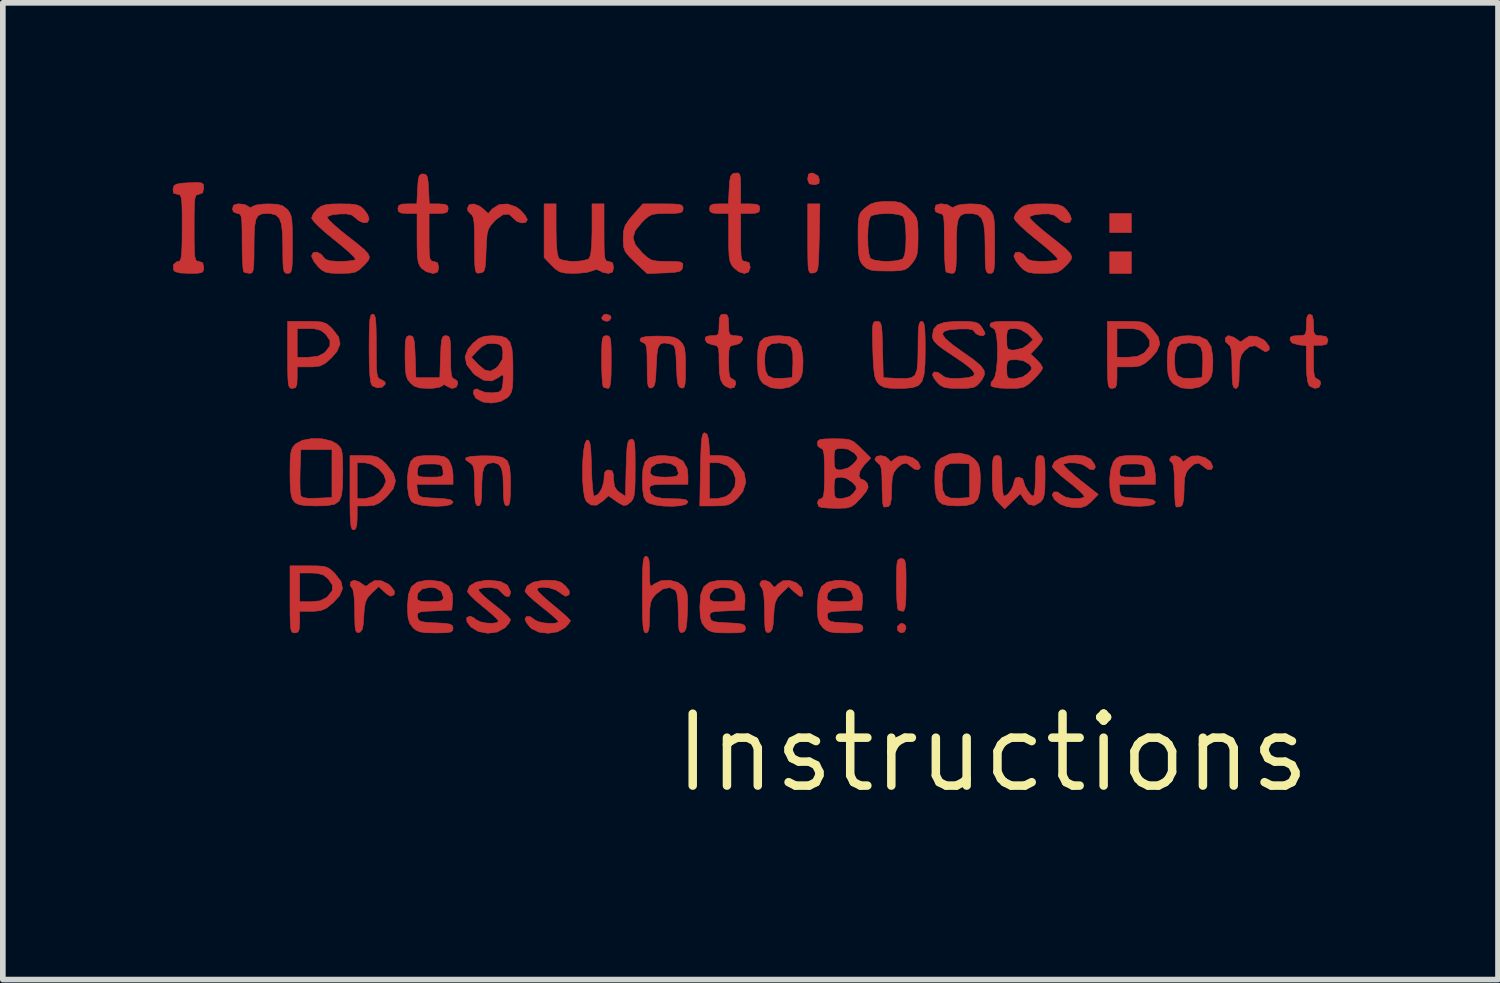
<source format=kicad_pcb>
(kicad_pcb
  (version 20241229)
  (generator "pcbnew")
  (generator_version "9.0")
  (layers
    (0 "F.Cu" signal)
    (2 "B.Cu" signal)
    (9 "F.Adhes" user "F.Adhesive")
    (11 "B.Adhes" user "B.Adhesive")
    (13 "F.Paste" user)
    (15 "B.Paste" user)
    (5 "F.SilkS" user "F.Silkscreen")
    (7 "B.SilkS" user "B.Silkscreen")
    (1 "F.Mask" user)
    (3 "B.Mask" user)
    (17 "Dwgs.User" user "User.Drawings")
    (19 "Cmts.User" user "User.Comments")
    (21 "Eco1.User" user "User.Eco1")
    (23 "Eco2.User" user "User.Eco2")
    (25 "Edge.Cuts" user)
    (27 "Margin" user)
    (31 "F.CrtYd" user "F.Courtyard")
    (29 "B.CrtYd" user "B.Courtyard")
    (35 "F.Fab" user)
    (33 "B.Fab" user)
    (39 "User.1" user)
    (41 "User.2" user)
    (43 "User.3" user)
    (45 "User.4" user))
  (footprint "Instructions"
    (layer "F.Cu")
    (at 14.476 10.245)
    (property "Reference" "Instructions" (at 0 0 0) (layer "F.SilkS") (effects (font (size 1.27 1.27) (thickness 0.15))))
    (attr through_hole)
    (fp_poly (pts (xy 2.455 -9.186) (xy 2.074 -9.186) (xy 2.074 -9.525) (xy 2.455 -9.525) (xy 2.455 -9.186)) (stroke (width 0.01) (type solid)) (fill yes) (layer "F.Cu"))
    (fp_poly (pts (xy 2.455 -8.467) (xy 2.074 -8.467) (xy 2.074 -8.848) (xy 2.455 -8.848) (xy 2.455 -8.467)) (stroke (width 0.01) (type solid)) (fill yes) (layer "F.Cu"))
    (fp_poly (pts (xy -6.747 -7.721) (xy -6.731 -7.684) (xy -6.766 -7.632) (xy -6.816 -7.62) (xy -6.885 -7.646) (xy -6.9 -7.684) (xy -6.865 -7.735) (xy -6.816 -7.747) (xy -6.747 -7.721)) (stroke (width 0.01) (type solid)) (fill yes) (layer "F.Cu"))
    (fp_poly (pts (xy -1.536 -2.251) (xy -1.524 -2.201) (xy -1.554 -2.133) (xy -1.618 -2.118) (xy -1.672 -2.159) (xy -1.678 -2.23) (xy -1.623 -2.28) (xy -1.585 -2.286) (xy -1.536 -2.251)) (stroke (width 0.01) (type solid)) (fill yes) (layer "F.Cu"))
    (fp_poly (pts (xy -3.164 -10.237) (xy -3.079 -10.189) (xy -3.056 -10.128) (xy -3.061 -10.057) (xy -3.122 -10.034) (xy -3.151 -10.033) (xy -3.233 -10.049) (xy -3.259 -10.115) (xy -3.26 -10.142) (xy -3.246 -10.221) (xy -3.19 -10.24) (xy -3.164 -10.237)) (stroke (width 0.01) (type solid)) (fill yes) (layer "F.Cu"))
    (fp_poly (pts (xy -3.057 -9.091) (xy -3.063 -8.854) (xy -3.069 -8.689) (xy -3.078 -8.582) (xy -3.093 -8.519) (xy -3.116 -8.489) (xy -3.149 -8.477) (xy -3.164 -8.474) (xy -3.201 -8.471) (xy -3.227 -8.483) (xy -3.244 -8.521) (xy -3.254 -8.6) (xy -3.258 -8.73) (xy -3.26 -8.925) (xy -3.26 -9.078) (xy -3.26 -9.694) (xy -3.046 -9.694) (xy -3.057 -9.091)) (stroke (width 0.01) (type solid)) (fill yes) (layer "F.Cu"))
    (fp_poly (pts (xy -6.779 -7.361) (xy -6.754 -7.335) (xy -6.74 -7.274) (xy -6.733 -7.163) (xy -6.731 -6.988) (xy -6.731 -6.9) (xy -6.733 -6.686) (xy -6.741 -6.545) (xy -6.757 -6.466) (xy -6.78 -6.436) (xy -6.787 -6.435) (xy -6.859 -6.453) (xy -6.872 -6.463) (xy -6.884 -6.515) (xy -6.893 -6.632) (xy -6.899 -6.795) (xy -6.9 -6.929) (xy -6.899 -7.125) (xy -6.894 -7.252) (xy -6.882 -7.324) (xy -6.859 -7.357) (xy -6.824 -7.366) (xy -6.816 -7.366) (xy -6.779 -7.361)) (stroke (width 0.01) (type solid)) (fill yes) (layer "F.Cu"))
    (fp_poly (pts (xy -1.572 -3.424) (xy -1.547 -3.398) (xy -1.533 -3.337) (xy -1.526 -3.226) (xy -1.524 -3.051) (xy -1.524 -2.963) (xy -1.526 -2.749) (xy -1.534 -2.608) (xy -1.55 -2.529) (xy -1.573 -2.499) (xy -1.58 -2.498) (xy -1.652 -2.516) (xy -1.665 -2.526) (xy -1.677 -2.578) (xy -1.686 -2.695) (xy -1.692 -2.858) (xy -1.693 -2.992) (xy -1.692 -3.188) (xy -1.687 -3.315) (xy -1.675 -3.387) (xy -1.652 -3.42) (xy -1.617 -3.429) (xy -1.609 -3.429) (xy -1.572 -3.424)) (stroke (width 0.01) (type solid)) (fill yes) (layer "F.Cu"))
    (fp_poly (pts (xy -10.917 -7.735) (xy -10.899 -7.69) (xy -10.888 -7.601) (xy -10.882 -7.454) (xy -10.88 -7.238) (xy -10.88 -7.18) (xy -10.879 -6.952) (xy -10.876 -6.794) (xy -10.867 -6.692) (xy -10.852 -6.634) (xy -10.827 -6.605) (xy -10.792 -6.591) (xy -10.791 -6.591) (xy -10.728 -6.551) (xy -10.72 -6.512) (xy -10.775 -6.457) (xy -10.865 -6.445) (xy -10.949 -6.479) (xy -10.954 -6.484) (xy -10.978 -6.542) (xy -10.994 -6.665) (xy -11.004 -6.86) (xy -11.007 -7.132) (xy -11.007 -7.142) (xy -11.005 -7.384) (xy -11.001 -7.553) (xy -10.992 -7.662) (xy -10.977 -7.722) (xy -10.955 -7.745) (xy -10.943 -7.747) (xy -10.917 -7.735)) (stroke (width 0.01) (type solid)) (fill yes) (layer "F.Cu"))
    (fp_poly (pts (xy -11.187 -3.021) (xy -11.132 -2.983) (xy -11.072 -2.941) (xy -11.026 -2.962) (xy -11.008 -2.983) (xy -10.911 -3.041) (xy -10.787 -3.037) (xy -10.663 -2.977) (xy -10.625 -2.942) (xy -10.562 -2.859) (xy -10.561 -2.803) (xy -10.575 -2.786) (xy -10.626 -2.765) (xy -10.697 -2.805) (xy -10.731 -2.836) (xy -10.838 -2.936) (xy -10.963 -2.817) (xy -11.033 -2.74) (xy -11.072 -2.658) (xy -11.092 -2.543) (xy -11.1 -2.418) (xy -11.111 -2.262) (xy -11.131 -2.173) (xy -11.164 -2.132) (xy -11.187 -2.125) (xy -11.222 -2.126) (xy -11.244 -2.158) (xy -11.256 -2.234) (xy -11.26 -2.371) (xy -11.261 -2.492) (xy -11.265 -2.664) (xy -11.277 -2.802) (xy -11.294 -2.885) (xy -11.303 -2.9) (xy -11.344 -2.959) (xy -11.329 -3.022) (xy -11.275 -3.048) (xy -11.187 -3.021)) (stroke (width 0.01) (type solid)) (fill yes) (layer "F.Cu"))
    (fp_poly (pts (xy -3.931 -3.012) (xy -3.897 -2.974) (xy -3.858 -2.923) (xy -3.821 -2.941) (xy -3.795 -2.974) (xy -3.7 -3.037) (xy -3.58 -3.043) (xy -3.462 -3.002) (xy -3.375 -2.922) (xy -3.344 -2.822) (xy -3.358 -2.762) (xy -3.405 -2.767) (xy -3.494 -2.838) (xy -3.501 -2.844) (xy -3.599 -2.936) (xy -3.724 -2.817) (xy -3.794 -2.74) (xy -3.833 -2.658) (xy -3.853 -2.543) (xy -3.861 -2.418) (xy -3.872 -2.262) (xy -3.892 -2.173) (xy -3.925 -2.132) (xy -3.948 -2.125) (xy -3.983 -2.126) (xy -4.005 -2.158) (xy -4.017 -2.234) (xy -4.021 -2.371) (xy -4.022 -2.492) (xy -4.026 -2.664) (xy -4.038 -2.802) (xy -4.055 -2.885) (xy -4.064 -2.9) (xy -4.103 -2.961) (xy -4.106 -2.987) (xy -4.076 -3.037) (xy -4.006 -3.044) (xy -3.931 -3.012)) (stroke (width 0.01) (type solid)) (fill yes) (layer "F.Cu"))
    (fp_poly (pts (xy -5.036 -5.623) (xy -5.011 -5.529) (xy -5.004 -5.45) (xy -4.991 -5.249) (xy -4.811 -5.249) (xy -4.678 -5.236) (xy -4.576 -5.184) (xy -4.496 -5.11) (xy -4.383 -4.946) (xy -4.354 -4.777) (xy -4.407 -4.611) (xy -4.5 -4.496) (xy -4.587 -4.42) (xy -4.669 -4.379) (xy -4.778 -4.363) (xy -4.903 -4.36) (xy -5.167 -4.36) (xy -5.155 -5.006) (xy -5.153 -5.122) (xy -4.995 -5.122) (xy -4.995 -4.487) (xy -4.86 -4.487) (xy -4.713 -4.523) (xy -4.628 -4.579) (xy -4.547 -4.704) (xy -4.534 -4.842) (xy -4.581 -4.971) (xy -4.679 -5.071) (xy -4.819 -5.12) (xy -4.855 -5.122) (xy -4.995 -5.122) (xy -5.153 -5.122) (xy -5.149 -5.257) (xy -5.142 -5.436) (xy -5.131 -5.553) (xy -5.116 -5.62) (xy -5.095 -5.648) (xy -5.08 -5.652) (xy -5.036 -5.623)) (stroke (width 0.01) (type solid)) (fill yes) (layer "F.Cu"))
    (fp_poly (pts (xy -1.883 -5.228) (xy -1.83 -5.183) (xy -1.794 -5.139) (xy -1.754 -5.164) (xy -1.738 -5.183) (xy -1.646 -5.239) (xy -1.525 -5.245) (xy -1.404 -5.21) (xy -1.31 -5.142) (xy -1.27 -5.049) (xy -1.27 -5.045) (xy -1.299 -5.001) (xy -1.364 -5.005) (xy -1.435 -5.054) (xy -1.439 -5.059) (xy -1.517 -5.116) (xy -1.602 -5.097) (xy -1.686 -5.024) (xy -1.739 -4.952) (xy -1.767 -4.858) (xy -1.777 -4.717) (xy -1.778 -4.648) (xy -1.784 -4.479) (xy -1.806 -4.382) (xy -1.837 -4.347) (xy -1.905 -4.34) (xy -1.922 -4.349) (xy -1.934 -4.4) (xy -1.942 -4.515) (xy -1.947 -4.671) (xy -1.947 -4.729) (xy -1.951 -4.913) (xy -1.963 -5.028) (xy -1.987 -5.089) (xy -2.011 -5.107) (xy -2.067 -5.16) (xy -2.074 -5.19) (xy -2.041 -5.236) (xy -1.966 -5.248) (xy -1.883 -5.228)) (stroke (width 0.01) (type solid)) (fill yes) (layer "F.Cu"))
    (fp_poly (pts (xy -0.415 -5.255) (xy -0.316 -5.188) (xy -0.256 -5.115) (xy -0.225 -5.03) (xy -0.213 -4.904) (xy -0.212 -4.816) (xy -0.221 -4.613) (xy -0.259 -4.48) (xy -0.336 -4.402) (xy -0.464 -4.367) (xy -0.61 -4.36) (xy -0.776 -4.367) (xy -0.88 -4.391) (xy -0.946 -4.438) (xy -0.946 -4.438) (xy -0.988 -4.514) (xy -1.01 -4.64) (xy -1.016 -4.808) (xy -0.889 -4.808) (xy -0.877 -4.641) (xy -0.832 -4.543) (xy -0.741 -4.499) (xy -0.593 -4.496) (xy -0.402 -4.508) (xy -0.402 -5.101) (xy -0.585 -5.114) (xy -0.739 -5.111) (xy -0.832 -5.065) (xy -0.878 -4.963) (xy -0.889 -4.808) (xy -1.016 -4.808) (xy -1.016 -4.816) (xy -1.013 -4.977) (xy -1 -5.078) (xy -0.969 -5.143) (xy -0.914 -5.197) (xy -0.904 -5.204) (xy -0.753 -5.277) (xy -0.58 -5.294) (xy -0.415 -5.255)) (stroke (width 0.01) (type solid)) (fill yes) (layer "F.Cu"))
    (fp_poly (pts (xy 3.306 -5.216) (xy 3.335 -5.183) (xy 3.37 -5.139) (xy 3.411 -5.164) (xy 3.427 -5.183) (xy 3.519 -5.239) (xy 3.639 -5.245) (xy 3.76 -5.21) (xy 3.855 -5.142) (xy 3.895 -5.049) (xy 3.895 -5.045) (xy 3.866 -5.001) (xy 3.8 -5.005) (xy 3.73 -5.054) (xy 3.725 -5.059) (xy 3.648 -5.116) (xy 3.563 -5.097) (xy 3.479 -5.024) (xy 3.426 -4.952) (xy 3.398 -4.858) (xy 3.387 -4.717) (xy 3.387 -4.648) (xy 3.38 -4.479) (xy 3.359 -4.382) (xy 3.327 -4.347) (xy 3.259 -4.34) (xy 3.243 -4.349) (xy 3.231 -4.4) (xy 3.223 -4.515) (xy 3.218 -4.673) (xy 3.217 -4.748) (xy 3.213 -4.929) (xy 3.2 -5.057) (xy 3.182 -5.119) (xy 3.175 -5.122) (xy 3.137 -5.157) (xy 3.133 -5.186) (xy 3.164 -5.236) (xy 3.234 -5.246) (xy 3.306 -5.216)) (stroke (width 0.01) (type solid)) (fill yes) (layer "F.Cu"))
    (fp_poly (pts (xy 4.264 -7.339) (xy 4.319 -7.301) (xy 4.38 -7.259) (xy 4.425 -7.28) (xy 4.444 -7.301) (xy 4.541 -7.359) (xy 4.665 -7.355) (xy 4.788 -7.295) (xy 4.827 -7.26) (xy 4.89 -7.176) (xy 4.89 -7.12) (xy 4.877 -7.104) (xy 4.822 -7.081) (xy 4.75 -7.125) (xy 4.75 -7.126) (xy 4.643 -7.189) (xy 4.542 -7.173) (xy 4.452 -7.099) (xy 4.4 -7.027) (xy 4.372 -6.935) (xy 4.361 -6.796) (xy 4.36 -6.718) (xy 4.356 -6.561) (xy 4.342 -6.473) (xy 4.313 -6.437) (xy 4.297 -6.435) (xy 4.266 -6.45) (xy 4.246 -6.504) (xy 4.236 -6.613) (xy 4.233 -6.79) (xy 4.233 -6.811) (xy 4.23 -7.001) (xy 4.219 -7.122) (xy 4.198 -7.188) (xy 4.17 -7.212) (xy 4.116 -7.262) (xy 4.113 -7.325) (xy 4.16 -7.364) (xy 4.177 -7.366) (xy 4.264 -7.339)) (stroke (width 0.01) (type solid)) (fill yes) (layer "F.Cu"))
    (fp_poly (pts (xy -10.955 -5.245) (xy -10.858 -5.221) (xy -10.775 -5.164) (xy -10.698 -5.089) (xy -10.579 -4.937) (xy -10.54 -4.8) (xy -10.581 -4.663) (xy -10.702 -4.517) (xy -10.815 -4.419) (xy -10.914 -4.373) (xy -11.036 -4.36) (xy -11.04 -4.36) (xy -11.218 -4.36) (xy -11.218 -4.149) (xy -11.225 -4.016) (xy -11.249 -3.951) (xy -11.282 -3.937) (xy -11.306 -3.948) (xy -11.324 -3.99) (xy -11.335 -4.074) (xy -11.342 -4.212) (xy -11.345 -4.414) (xy -11.345 -4.593) (xy -11.345 -5.122) (xy -11.218 -5.122) (xy -11.218 -4.487) (xy -11.083 -4.487) (xy -10.926 -4.529) (xy -10.829 -4.601) (xy -10.751 -4.698) (xy -10.712 -4.791) (xy -10.71 -4.805) (xy -10.747 -4.914) (xy -10.841 -5.018) (xy -10.965 -5.095) (xy -11.083 -5.122) (xy -11.218 -5.122) (xy -11.345 -5.122) (xy -11.345 -5.249) (xy -11.1 -5.249) (xy -10.955 -5.245)) (stroke (width 0.01) (type solid)) (fill yes) (layer "F.Cu"))
    (fp_poly (pts (xy -3.574 -7.349) (xy -3.45 -7.29) (xy -3.377 -7.178) (xy -3.347 -7.002) (xy -3.344 -6.906) (xy -3.35 -6.749) (xy -3.371 -6.648) (xy -3.417 -6.572) (xy -3.448 -6.539) (xy -3.58 -6.459) (xy -3.743 -6.428) (xy -3.908 -6.447) (xy -4.041 -6.517) (xy -4.057 -6.533) (xy -4.107 -6.602) (xy -4.136 -6.689) (xy -4.147 -6.821) (xy -4.149 -6.921) (xy -4.022 -6.921) (xy -4.009 -6.756) (xy -3.964 -6.659) (xy -3.871 -6.616) (xy -3.726 -6.613) (xy -3.535 -6.625) (xy -3.522 -6.872) (xy -3.524 -7.052) (xy -3.557 -7.164) (xy -3.631 -7.222) (xy -3.755 -7.239) (xy -3.764 -7.239) (xy -3.898 -7.224) (xy -3.977 -7.168) (xy -4.014 -7.057) (xy -4.022 -6.921) (xy -4.149 -6.921) (xy -4.149 -6.928) (xy -4.139 -7.126) (xy -4.103 -7.255) (xy -4.026 -7.328) (xy -3.898 -7.36) (xy -3.761 -7.366) (xy -3.574 -7.349)) (stroke (width 0.01) (type solid)) (fill yes) (layer "F.Cu"))
    (fp_poly (pts (xy 3.665 -7.349) (xy 3.789 -7.29) (xy 3.862 -7.178) (xy 3.892 -7.002) (xy 3.895 -6.906) (xy 3.889 -6.749) (xy 3.868 -6.648) (xy 3.822 -6.572) (xy 3.791 -6.539) (xy 3.659 -6.459) (xy 3.496 -6.428) (xy 3.331 -6.447) (xy 3.198 -6.517) (xy 3.182 -6.533) (xy 3.132 -6.602) (xy 3.103 -6.689) (xy 3.092 -6.821) (xy 3.09 -6.921) (xy 3.217 -6.921) (xy 3.23 -6.756) (xy 3.275 -6.659) (xy 3.368 -6.616) (xy 3.513 -6.613) (xy 3.704 -6.625) (xy 3.717 -6.872) (xy 3.715 -7.052) (xy 3.682 -7.164) (xy 3.608 -7.222) (xy 3.484 -7.239) (xy 3.475 -7.239) (xy 3.341 -7.224) (xy 3.262 -7.168) (xy 3.225 -7.057) (xy 3.217 -6.921) (xy 3.09 -6.921) (xy 3.09 -6.928) (xy 3.1 -7.126) (xy 3.136 -7.255) (xy 3.213 -7.328) (xy 3.341 -7.36) (xy 3.478 -7.366) (xy 3.665 -7.349)) (stroke (width 0.01) (type solid)) (fill yes) (layer "F.Cu"))
    (fp_poly (pts (xy 5.651 -7.722) (xy 5.67 -7.637) (xy 5.673 -7.556) (xy 5.676 -7.439) (xy 5.698 -7.384) (xy 5.752 -7.367) (xy 5.8 -7.366) (xy 5.893 -7.353) (xy 5.925 -7.303) (xy 5.927 -7.281) (xy 5.907 -7.219) (xy 5.832 -7.198) (xy 5.8 -7.197) (xy 5.673 -7.197) (xy 5.673 -6.9) (xy 5.676 -6.739) (xy 5.69 -6.647) (xy 5.716 -6.608) (xy 5.736 -6.604) (xy 5.788 -6.569) (xy 5.8 -6.519) (xy 5.769 -6.452) (xy 5.696 -6.435) (xy 5.611 -6.472) (xy 5.596 -6.485) (xy 5.569 -6.557) (xy 5.551 -6.695) (xy 5.546 -6.864) (xy 5.546 -7.191) (xy 5.408 -7.205) (xy 5.295 -7.238) (xy 5.257 -7.292) (xy 5.264 -7.342) (xy 5.325 -7.363) (xy 5.394 -7.366) (xy 5.487 -7.37) (xy 5.531 -7.397) (xy 5.545 -7.47) (xy 5.546 -7.556) (xy 5.554 -7.682) (xy 5.582 -7.739) (xy 5.609 -7.747) (xy 5.651 -7.722)) (stroke (width 0.01) (type solid)) (fill yes) (layer "F.Cu"))
    (fp_poly (pts (xy -8.786 -5.241) (xy -8.651 -5.217) (xy -8.569 -5.159) (xy -8.526 -5.054) (xy -8.511 -4.888) (xy -8.509 -4.735) (xy -8.512 -4.551) (xy -8.521 -4.437) (xy -8.539 -4.378) (xy -8.569 -4.36) (xy -8.572 -4.36) (xy -8.605 -4.377) (xy -8.625 -4.435) (xy -8.634 -4.552) (xy -8.636 -4.691) (xy -8.643 -4.891) (xy -8.667 -5.02) (xy -8.715 -5.093) (xy -8.791 -5.121) (xy -8.826 -5.122) (xy -8.915 -5.107) (xy -8.972 -5.052) (xy -9.004 -4.944) (xy -9.016 -4.77) (xy -9.017 -4.691) (xy -9.02 -4.519) (xy -9.031 -4.417) (xy -9.054 -4.37) (xy -9.081 -4.36) (xy -9.112 -4.376) (xy -9.132 -4.432) (xy -9.141 -4.543) (xy -9.144 -4.719) (xy -9.146 -4.897) (xy -9.156 -5.01) (xy -9.176 -5.075) (xy -9.212 -5.113) (xy -9.229 -5.122) (xy -9.301 -5.174) (xy -9.297 -5.211) (xy -9.213 -5.234) (xy -9.047 -5.244) (xy -8.987 -5.245) (xy -8.786 -5.241)) (stroke (width 0.01) (type solid)) (fill yes) (layer "F.Cu"))
    (fp_poly (pts (xy -7.705 -9.237) (xy -7.7 -8.993) (xy -7.684 -8.824) (xy -7.66 -8.736) (xy -7.654 -8.729) (xy -7.584 -8.7) (xy -7.464 -8.681) (xy -7.387 -8.678) (xy -7.253 -8.688) (xy -7.151 -8.712) (xy -7.12 -8.729) (xy -7.094 -8.802) (xy -7.077 -8.955) (xy -7.07 -9.186) (xy -7.07 -9.237) (xy -7.07 -9.694) (xy -6.858 -9.694) (xy -6.858 -9.186) (xy -6.857 -8.972) (xy -6.853 -8.828) (xy -6.844 -8.741) (xy -6.826 -8.696) (xy -6.798 -8.68) (xy -6.773 -8.678) (xy -6.707 -8.654) (xy -6.689 -8.572) (xy -6.707 -8.491) (xy -6.775 -8.467) (xy -6.786 -8.467) (xy -6.883 -8.486) (xy -6.93 -8.513) (xy -6.995 -8.537) (xy -7.062 -8.513) (xy -7.151 -8.487) (xy -7.29 -8.471) (xy -7.397 -8.467) (xy -7.545 -8.472) (xy -7.641 -8.494) (xy -7.721 -8.547) (xy -7.781 -8.606) (xy -7.916 -8.746) (xy -7.916 -9.694) (xy -7.705 -9.694) (xy -7.705 -9.237)) (stroke (width 0.01) (type solid)) (fill yes) (layer "F.Cu"))
    (fp_poly (pts (xy -11.947 -7.618) (xy -11.838 -7.607) (xy -11.763 -7.579) (xy -11.697 -7.528) (xy -11.65 -7.48) (xy -11.546 -7.344) (xy -11.52 -7.219) (xy -11.573 -7.09) (xy -11.675 -6.972) (xy -11.782 -6.878) (xy -11.876 -6.831) (xy -11.996 -6.816) (xy -12.056 -6.816) (xy -12.277 -6.816) (xy -12.277 -6.625) (xy -12.282 -6.506) (xy -12.305 -6.45) (xy -12.355 -6.435) (xy -12.361 -6.435) (xy -12.395 -6.439) (xy -12.418 -6.461) (xy -12.433 -6.513) (xy -12.441 -6.609) (xy -12.445 -6.761) (xy -12.446 -6.983) (xy -12.446 -7.027) (xy -12.446 -7.493) (xy -12.277 -7.493) (xy -12.277 -6.985) (xy -12.078 -6.985) (xy -11.918 -7.001) (xy -11.805 -7.057) (xy -11.782 -7.077) (xy -11.7 -7.182) (xy -11.698 -7.281) (xy -11.774 -7.393) (xy -11.776 -7.395) (xy -11.862 -7.461) (xy -11.976 -7.489) (xy -12.072 -7.493) (xy -12.277 -7.493) (xy -12.446 -7.493) (xy -12.446 -7.62) (xy -12.116 -7.62) (xy -11.947 -7.618)) (stroke (width 0.01) (type solid)) (fill yes) (layer "F.Cu"))
    (fp_poly (pts (xy -11.905 -3.3) (xy -11.796 -3.289) (xy -11.721 -3.261) (xy -11.655 -3.21) (xy -11.608 -3.162) (xy -11.503 -3.025) (xy -11.476 -2.899) (xy -11.529 -2.773) (xy -11.642 -2.651) (xy -11.757 -2.557) (xy -11.857 -2.512) (xy -11.984 -2.498) (xy -12.023 -2.498) (xy -12.234 -2.498) (xy -12.234 -2.307) (xy -12.24 -2.188) (xy -12.263 -2.132) (xy -12.313 -2.117) (xy -12.319 -2.117) (xy -12.353 -2.121) (xy -12.376 -2.143) (xy -12.391 -2.195) (xy -12.399 -2.291) (xy -12.403 -2.443) (xy -12.404 -2.665) (xy -12.404 -2.709) (xy -12.404 -3.175) (xy -12.234 -3.175) (xy -12.234 -2.667) (xy -12.036 -2.667) (xy -11.876 -2.683) (xy -11.763 -2.739) (xy -11.74 -2.759) (xy -11.658 -2.864) (xy -11.655 -2.963) (xy -11.732 -3.075) (xy -11.734 -3.077) (xy -11.819 -3.143) (xy -11.934 -3.171) (xy -12.03 -3.175) (xy -12.234 -3.175) (xy -12.404 -3.175) (xy -12.404 -3.302) (xy -12.073 -3.302) (xy -11.905 -3.3)) (stroke (width 0.01) (type solid)) (fill yes) (layer "F.Cu"))
    (fp_poly (pts (xy -9.065 -9.66) (xy -8.995 -9.609) (xy -8.904 -9.524) (xy -8.827 -9.609) (xy -8.709 -9.682) (xy -8.562 -9.693) (xy -8.412 -9.641) (xy -8.331 -9.581) (xy -8.254 -9.494) (xy -8.214 -9.422) (xy -8.213 -9.411) (xy -8.244 -9.365) (xy -8.317 -9.358) (xy -8.399 -9.387) (xy -8.457 -9.44) (xy -8.537 -9.513) (xy -8.639 -9.506) (xy -8.764 -9.419) (xy -8.795 -9.387) (xy -8.859 -9.316) (xy -8.899 -9.249) (xy -8.922 -9.163) (xy -8.934 -9.036) (xy -8.941 -8.869) (xy -8.948 -8.688) (xy -8.959 -8.574) (xy -8.977 -8.512) (xy -9.008 -8.484) (xy -9.049 -8.474) (xy -9.089 -8.471) (xy -9.116 -8.485) (xy -9.132 -8.53) (xy -9.14 -8.618) (xy -9.144 -8.764) (xy -9.144 -8.973) (xy -9.146 -9.197) (xy -9.152 -9.349) (xy -9.165 -9.444) (xy -9.186 -9.494) (xy -9.207 -9.51) (xy -9.261 -9.567) (xy -9.271 -9.614) (xy -9.24 -9.678) (xy -9.164 -9.693) (xy -9.065 -9.66)) (stroke (width 0.01) (type solid)) (fill yes) (layer "F.Cu"))
    (fp_poly (pts (xy 2.531 -7.618) (xy 2.64 -7.607) (xy 2.715 -7.579) (xy 2.781 -7.528) (xy 2.828 -7.48) (xy 2.932 -7.344) (xy 2.958 -7.219) (xy 2.905 -7.09) (xy 2.803 -6.972) (xy 2.696 -6.878) (xy 2.602 -6.831) (xy 2.482 -6.816) (xy 2.422 -6.816) (xy 2.201 -6.816) (xy 2.201 -6.625) (xy 2.196 -6.506) (xy 2.173 -6.45) (xy 2.123 -6.435) (xy 2.117 -6.435) (xy 2.083 -6.439) (xy 2.06 -6.461) (xy 2.045 -6.513) (xy 2.037 -6.609) (xy 2.033 -6.761) (xy 2.032 -6.983) (xy 2.032 -7.027) (xy 2.032 -7.493) (xy 2.201 -7.493) (xy 2.201 -6.985) (xy 2.4 -6.985) (xy 2.56 -7.001) (xy 2.673 -7.057) (xy 2.696 -7.077) (xy 2.778 -7.182) (xy 2.78 -7.281) (xy 2.704 -7.393) (xy 2.702 -7.395) (xy 2.616 -7.461) (xy 2.502 -7.489) (xy 2.406 -7.493) (xy 2.201 -7.493) (xy 2.032 -7.493) (xy 2.032 -7.62) (xy 2.362 -7.62) (xy 2.531 -7.618)) (stroke (width 0.01) (type solid)) (fill yes) (layer "F.Cu"))
    (fp_poly (pts (xy -11.836 -5.545) (xy -11.672 -5.506) (xy -11.584 -5.458) (xy -11.534 -5.414) (xy -11.501 -5.366) (xy -11.483 -5.295) (xy -11.475 -5.182) (xy -11.472 -5.009) (xy -11.472 -4.935) (xy -11.476 -4.705) (xy -11.494 -4.546) (xy -11.536 -4.445) (xy -11.615 -4.39) (xy -11.741 -4.366) (xy -11.924 -4.36) (xy -11.945 -4.36) (xy -12.122 -4.365) (xy -12.235 -4.381) (xy -12.306 -4.412) (xy -12.334 -4.438) (xy -12.368 -4.494) (xy -12.389 -4.584) (xy -12.4 -4.723) (xy -12.402 -4.802) (xy -12.229 -4.802) (xy -12.226 -4.655) (xy -12.22 -4.56) (xy -12.215 -4.542) (xy -12.175 -4.508) (xy -12.08 -4.494) (xy -11.928 -4.496) (xy -11.663 -4.508) (xy -11.663 -5.355) (xy -12.213 -5.355) (xy -12.226 -4.978) (xy -12.229 -4.802) (xy -12.402 -4.802) (xy -12.404 -4.93) (xy -12.404 -4.938) (xy -12.402 -5.135) (xy -12.395 -5.265) (xy -12.378 -5.35) (xy -12.349 -5.407) (xy -12.306 -5.454) (xy -12.185 -5.519) (xy -12.017 -5.549) (xy -11.836 -5.545)) (stroke (width 0.01) (type solid)) (fill yes) (layer "F.Cu"))
    (fp_poly (pts (xy -10.007 -10.213) (xy -9.979 -10.171) (xy -9.964 -10.077) (xy -9.957 -9.959) (xy -9.944 -9.694) (xy -9.777 -9.694) (xy -9.667 -9.687) (xy -9.619 -9.658) (xy -9.61 -9.61) (xy -9.624 -9.554) (xy -9.681 -9.53) (xy -9.779 -9.525) (xy -9.948 -9.525) (xy -9.948 -9.102) (xy -9.947 -8.909) (xy -9.942 -8.786) (xy -9.929 -8.716) (xy -9.905 -8.686) (xy -9.868 -8.678) (xy -9.864 -8.678) (xy -9.797 -8.654) (xy -9.779 -8.572) (xy -9.796 -8.492) (xy -9.865 -8.467) (xy -9.885 -8.467) (xy -9.994 -8.496) (xy -10.075 -8.551) (xy -10.114 -8.6) (xy -10.139 -8.665) (xy -10.153 -8.764) (xy -10.159 -8.916) (xy -10.16 -9.081) (xy -10.16 -9.525) (xy -10.329 -9.525) (xy -10.44 -9.532) (xy -10.489 -9.561) (xy -10.499 -9.61) (xy -10.484 -9.665) (xy -10.426 -9.69) (xy -10.331 -9.694) (xy -10.164 -9.694) (xy -10.151 -9.959) (xy -10.141 -10.105) (xy -10.124 -10.185) (xy -10.092 -10.218) (xy -10.054 -10.223) (xy -10.007 -10.213)) (stroke (width 0.01) (type solid)) (fill yes) (layer "F.Cu"))
    (fp_poly (pts (xy -4.461 -10.214) (xy -4.448 -10.144) (xy -4.445 -10.011) (xy -4.445 -9.972) (xy -4.445 -9.694) (xy -4.276 -9.694) (xy -4.165 -9.687) (xy -4.116 -9.659) (xy -4.106 -9.61) (xy -4.121 -9.554) (xy -4.178 -9.53) (xy -4.276 -9.525) (xy -4.445 -9.525) (xy -4.445 -9.102) (xy -4.444 -8.909) (xy -4.438 -8.786) (xy -4.425 -8.716) (xy -4.402 -8.686) (xy -4.365 -8.678) (xy -4.36 -8.678) (xy -4.294 -8.654) (xy -4.276 -8.572) (xy -4.305 -8.491) (xy -4.378 -8.465) (xy -4.476 -8.494) (xy -4.565 -8.565) (xy -4.607 -8.618) (xy -4.634 -8.684) (xy -4.649 -8.779) (xy -4.656 -8.925) (xy -4.657 -9.094) (xy -4.657 -9.525) (xy -4.826 -9.525) (xy -4.937 -9.532) (xy -4.986 -9.561) (xy -4.995 -9.61) (xy -4.981 -9.665) (xy -4.923 -9.69) (xy -4.828 -9.694) (xy -4.661 -9.694) (xy -4.648 -9.959) (xy -4.638 -10.105) (xy -4.62 -10.187) (xy -4.587 -10.225) (xy -4.54 -10.237) (xy -4.489 -10.239) (xy -4.461 -10.214)) (stroke (width 0.01) (type solid)) (fill yes) (layer "F.Cu"))
    (fp_poly (pts (xy -9.611 -7.359) (xy -9.586 -7.328) (xy -9.573 -7.257) (xy -9.568 -7.129) (xy -9.567 -6.985) (xy -9.565 -6.799) (xy -9.556 -6.683) (xy -9.538 -6.623) (xy -9.508 -6.604) (xy -9.504 -6.604) (xy -9.452 -6.569) (xy -9.44 -6.519) (xy -9.472 -6.453) (xy -9.545 -6.434) (xy -9.628 -6.471) (xy -9.639 -6.481) (xy -9.69 -6.504) (xy -9.713 -6.481) (xy -9.769 -6.455) (xy -9.879 -6.438) (xy -9.965 -6.435) (xy -10.114 -6.443) (xy -10.212 -6.476) (xy -10.28 -6.533) (xy -10.325 -6.592) (xy -10.353 -6.665) (xy -10.367 -6.774) (xy -10.371 -6.939) (xy -10.372 -6.998) (xy -10.37 -7.176) (xy -10.363 -7.285) (xy -10.346 -7.342) (xy -10.317 -7.363) (xy -10.289 -7.366) (xy -10.248 -7.358) (xy -10.223 -7.325) (xy -10.207 -7.249) (xy -10.198 -7.115) (xy -10.193 -6.996) (xy -10.181 -6.625) (xy -9.758 -6.625) (xy -9.746 -6.996) (xy -9.738 -7.174) (xy -9.727 -7.284) (xy -9.708 -7.342) (xy -9.677 -7.364) (xy -9.65 -7.366) (xy -9.611 -7.359)) (stroke (width 0.01) (type solid)) (fill yes) (layer "F.Cu"))
    (fp_poly (pts (xy -5.643 -9.693) (xy -5.537 -9.685) (xy -5.483 -9.668) (xy -5.463 -9.637) (xy -5.461 -9.61) (xy -5.469 -9.565) (xy -5.506 -9.539) (xy -5.59 -9.528) (xy -5.739 -9.525) (xy -5.749 -9.525) (xy -5.905 -9.522) (xy -6.006 -9.507) (xy -6.082 -9.468) (xy -6.163 -9.395) (xy -6.193 -9.364) (xy -6.308 -9.222) (xy -6.345 -9.096) (xy -6.305 -8.972) (xy -6.189 -8.835) (xy -6.098 -8.751) (xy -6.021 -8.704) (xy -5.927 -8.684) (xy -5.786 -8.678) (xy -5.742 -8.678) (xy -5.591 -8.677) (xy -5.506 -8.667) (xy -5.47 -8.644) (xy -5.466 -8.601) (xy -5.469 -8.583) (xy -5.483 -8.533) (xy -5.521 -8.503) (xy -5.601 -8.487) (xy -5.742 -8.477) (xy -5.789 -8.475) (xy -6.096 -8.463) (xy -6.308 -8.661) (xy -6.42 -8.771) (xy -6.484 -8.853) (xy -6.512 -8.934) (xy -6.519 -9.044) (xy -6.519 -9.08) (xy -6.513 -9.213) (xy -6.485 -9.312) (xy -6.419 -9.412) (xy -6.346 -9.498) (xy -6.173 -9.694) (xy -5.817 -9.694) (xy -5.643 -9.693)) (stroke (width 0.01) (type solid)) (fill yes) (layer "F.Cu"))
    (fp_poly (pts (xy -1.221 -7.607) (xy -1.203 -7.56) (xy -1.192 -7.465) (xy -1.186 -7.31) (xy -1.185 -7.12) (xy -1.189 -6.865) (xy -1.205 -6.682) (xy -1.242 -6.56) (xy -1.307 -6.486) (xy -1.409 -6.449) (xy -1.556 -6.436) (xy -1.646 -6.435) (xy -1.81 -6.439) (xy -1.915 -6.457) (xy -1.984 -6.494) (xy -2.015 -6.524) (xy -2.051 -6.576) (xy -2.076 -6.65) (xy -2.092 -6.762) (xy -2.104 -6.929) (xy -2.111 -7.116) (xy -2.116 -7.329) (xy -2.117 -7.472) (xy -2.11 -7.558) (xy -2.094 -7.602) (xy -2.067 -7.618) (xy -2.038 -7.62) (xy -2 -7.615) (xy -1.975 -7.591) (xy -1.958 -7.534) (xy -1.948 -7.429) (xy -1.942 -7.262) (xy -1.938 -7.123) (xy -1.926 -6.625) (xy -1.679 -6.612) (xy -1.531 -6.609) (xy -1.43 -6.624) (xy -1.366 -6.67) (xy -1.33 -6.762) (xy -1.316 -6.911) (xy -1.312 -7.13) (xy -1.312 -7.16) (xy -1.31 -7.367) (xy -1.304 -7.503) (xy -1.29 -7.581) (xy -1.268 -7.615) (xy -1.249 -7.62) (xy -1.221 -7.607)) (stroke (width 0.01) (type solid)) (fill yes) (layer "F.Cu"))
    (fp_poly (pts (xy -4.688 -7.735) (xy -4.663 -7.683) (xy -4.657 -7.57) (xy -4.657 -7.556) (xy -4.653 -7.439) (xy -4.632 -7.384) (xy -4.577 -7.367) (xy -4.527 -7.366) (xy -4.435 -7.355) (xy -4.408 -7.314) (xy -4.411 -7.292) (xy -4.462 -7.229) (xy -4.541 -7.204) (xy -4.601 -7.194) (xy -4.636 -7.166) (xy -4.652 -7.101) (xy -4.656 -6.981) (xy -4.657 -6.898) (xy -4.653 -6.737) (xy -4.639 -6.646) (xy -4.612 -6.608) (xy -4.593 -6.604) (xy -4.541 -6.569) (xy -4.53 -6.519) (xy -4.559 -6.452) (xy -4.63 -6.437) (xy -4.718 -6.477) (xy -4.756 -6.512) (xy -4.798 -6.589) (xy -4.82 -6.714) (xy -4.826 -6.89) (xy -4.827 -7.047) (xy -4.836 -7.138) (xy -4.86 -7.182) (xy -4.905 -7.2) (xy -4.942 -7.204) (xy -5.039 -7.241) (xy -5.072 -7.292) (xy -5.063 -7.345) (xy -4.995 -7.365) (xy -4.956 -7.366) (xy -4.876 -7.371) (xy -4.838 -7.402) (xy -4.827 -7.482) (xy -4.826 -7.556) (xy -4.82 -7.676) (xy -4.797 -7.732) (xy -4.747 -7.747) (xy -4.741 -7.747) (xy -4.688 -7.735)) (stroke (width 0.01) (type solid)) (fill yes) (layer "F.Cu"))
    (fp_poly (pts (xy 1.621 -5.241) (xy 1.73 -5.191) (xy 1.75 -5.172) (xy 1.805 -5.093) (xy 1.82 -5.045) (xy 1.792 -5.001) (xy 1.726 -5.005) (xy 1.655 -5.054) (xy 1.651 -5.059) (xy 1.58 -5.097) (xy 1.467 -5.119) (xy 1.35 -5.122) (xy 1.267 -5.103) (xy 1.257 -5.096) (xy 1.277 -5.06) (xy 1.35 -4.986) (xy 1.466 -4.885) (xy 1.551 -4.816) (xy 1.871 -4.564) (xy 1.753 -4.441) (xy 1.661 -4.363) (xy 1.559 -4.329) (xy 1.422 -4.332) (xy 1.312 -4.349) (xy 1.193 -4.394) (xy 1.099 -4.47) (xy 1.058 -4.553) (xy 1.058 -4.557) (xy 1.087 -4.607) (xy 1.152 -4.606) (xy 1.224 -4.555) (xy 1.228 -4.551) (xy 1.297 -4.513) (xy 1.406 -4.491) (xy 1.521 -4.488) (xy 1.606 -4.506) (xy 1.625 -4.521) (xy 1.603 -4.561) (xy 1.527 -4.636) (xy 1.411 -4.734) (xy 1.352 -4.78) (xy 1.22 -4.886) (xy 1.118 -4.979) (xy 1.064 -5.042) (xy 1.058 -5.056) (xy 1.096 -5.139) (xy 1.194 -5.202) (xy 1.33 -5.243) (xy 1.48 -5.257) (xy 1.621 -5.241)) (stroke (width 0.01) (type solid)) (fill yes) (layer "F.Cu"))
    (fp_poly (pts (xy -5.746 -7.356) (xy -5.635 -7.341) (xy -5.559 -7.308) (xy -5.514 -7.272) (xy -5.468 -7.219) (xy -5.439 -7.155) (xy -5.425 -7.058) (xy -5.419 -6.908) (xy -5.419 -6.805) (xy -5.42 -6.625) (xy -5.427 -6.515) (xy -5.443 -6.458) (xy -5.47 -6.441) (xy -5.493 -6.443) (xy -5.529 -6.462) (xy -5.553 -6.513) (xy -5.568 -6.612) (xy -5.577 -6.776) (xy -5.579 -6.826) (xy -5.586 -7.004) (xy -5.597 -7.115) (xy -5.617 -7.177) (xy -5.651 -7.207) (xy -5.695 -7.222) (xy -5.796 -7.239) (xy -5.862 -7.221) (xy -5.903 -7.156) (xy -5.924 -7.031) (xy -5.935 -6.835) (xy -5.936 -6.829) (xy -5.944 -6.646) (xy -5.957 -6.533) (xy -5.978 -6.471) (xy -6.011 -6.445) (xy -6.022 -6.443) (xy -6.056 -6.444) (xy -6.078 -6.474) (xy -6.09 -6.548) (xy -6.095 -6.68) (xy -6.096 -6.834) (xy -6.098 -7.026) (xy -6.106 -7.148) (xy -6.123 -7.214) (xy -6.15 -7.238) (xy -6.16 -7.239) (xy -6.216 -7.27) (xy -6.223 -7.297) (xy -6.2 -7.33) (xy -6.124 -7.349) (xy -5.98 -7.358) (xy -5.916 -7.359) (xy -5.746 -7.356)) (stroke (width 0.01) (type solid)) (fill yes) (layer "F.Cu"))
    (fp_poly (pts (xy -5.594 -5.225) (xy -5.461 -5.15) (xy -5.39 -5.02) (xy -5.376 -4.897) (xy -5.376 -4.741) (xy -5.715 -4.741) (xy -5.885 -4.739) (xy -5.987 -4.73) (xy -6.037 -4.711) (xy -6.053 -4.677) (xy -6.054 -4.665) (xy -6.033 -4.577) (xy -5.964 -4.522) (xy -5.833 -4.494) (xy -5.664 -4.487) (xy -5.506 -4.483) (xy -5.416 -4.469) (xy -5.38 -4.442) (xy -5.376 -4.424) (xy -5.414 -4.386) (xy -5.513 -4.363) (xy -5.649 -4.353) (xy -5.8 -4.357) (xy -5.944 -4.375) (xy -6.058 -4.405) (xy -6.111 -4.438) (xy -6.153 -4.515) (xy -6.175 -4.643) (xy -6.181 -4.812) (xy -6.174 -4.955) (xy -6.045 -4.955) (xy -6.039 -4.932) (xy -5.994 -4.892) (xy -5.89 -4.872) (xy -5.78 -4.868) (xy -5.644 -4.873) (xy -5.572 -4.889) (xy -5.547 -4.925) (xy -5.546 -4.945) (xy -5.581 -5.051) (xy -5.685 -5.11) (xy -5.803 -5.122) (xy -5.939 -5.1) (xy -6.024 -5.04) (xy -6.045 -4.955) (xy -6.174 -4.955) (xy -6.171 -5.01) (xy -6.134 -5.138) (xy -6.058 -5.212) (xy -5.929 -5.244) (xy -5.793 -5.249) (xy -5.594 -5.225)) (stroke (width 0.01) (type solid)) (fill yes) (layer "F.Cu"))
    (fp_poly (pts (xy -8.689 -3.026) (xy -8.564 -2.96) (xy -8.511 -2.852) (xy -8.509 -2.822) (xy -8.533 -2.762) (xy -8.591 -2.762) (xy -8.658 -2.82) (xy -8.669 -2.836) (xy -8.741 -2.899) (xy -8.865 -2.921) (xy -8.888 -2.921) (xy -9 -2.912) (xy -9.07 -2.891) (xy -9.077 -2.884) (xy -9.057 -2.843) (xy -8.981 -2.767) (xy -8.865 -2.668) (xy -8.805 -2.621) (xy -8.672 -2.515) (xy -8.57 -2.424) (xy -8.515 -2.362) (xy -8.509 -2.349) (xy -8.537 -2.288) (xy -8.606 -2.21) (xy -8.607 -2.209) (xy -8.743 -2.133) (xy -8.912 -2.111) (xy -9.079 -2.142) (xy -9.212 -2.223) (xy -9.279 -2.314) (xy -9.286 -2.383) (xy -9.231 -2.413) (xy -9.223 -2.413) (xy -9.161 -2.386) (xy -9.117 -2.349) (xy -9.048 -2.314) (xy -8.943 -2.292) (xy -8.834 -2.286) (xy -8.75 -2.298) (xy -8.721 -2.324) (xy -8.752 -2.367) (xy -8.835 -2.445) (xy -8.953 -2.545) (xy -8.996 -2.579) (xy -9.123 -2.686) (xy -9.219 -2.778) (xy -9.268 -2.841) (xy -9.271 -2.852) (xy -9.232 -2.947) (xy -9.122 -3.013) (xy -8.952 -3.046) (xy -8.883 -3.048) (xy -8.689 -3.026)) (stroke (width 0.01) (type solid)) (fill yes) (layer "F.Cu"))
    (fp_poly (pts (xy -13.969 -10.065) (xy -13.935 -10.04) (xy -13.928 -9.988) (xy -13.928 -9.972) (xy -13.947 -9.888) (xy -14.012 -9.864) (xy -14.046 -9.859) (xy -14.069 -9.837) (xy -14.084 -9.785) (xy -14.092 -9.689) (xy -14.096 -9.537) (xy -14.097 -9.315) (xy -14.097 -9.271) (xy -14.096 -9.036) (xy -14.093 -8.874) (xy -14.086 -8.769) (xy -14.072 -8.711) (xy -14.05 -8.685) (xy -14.019 -8.678) (xy -14.012 -8.678) (xy -13.946 -8.654) (xy -13.928 -8.572) (xy -13.933 -8.514) (xy -13.962 -8.482) (xy -14.035 -8.469) (xy -14.172 -8.467) (xy -14.183 -8.467) (xy -14.343 -8.474) (xy -14.433 -8.497) (xy -14.462 -8.528) (xy -14.464 -8.619) (xy -14.404 -8.673) (xy -14.37 -8.678) (xy -14.345 -8.692) (xy -14.328 -8.74) (xy -14.317 -8.836) (xy -14.311 -8.99) (xy -14.309 -9.214) (xy -14.309 -9.271) (xy -14.309 -9.505) (xy -14.312 -9.668) (xy -14.32 -9.772) (xy -14.333 -9.831) (xy -14.355 -9.857) (xy -14.387 -9.864) (xy -14.396 -9.864) (xy -14.462 -9.884) (xy -14.471 -9.958) (xy -14.47 -9.959) (xy -14.454 -10.012) (xy -14.411 -10.042) (xy -14.321 -10.059) (xy -14.192 -10.067) (xy -14.048 -10.072) (xy -13.969 -10.065)) (stroke (width 0.01) (type solid)) (fill yes) (layer "F.Cu"))
    (fp_poly (pts (xy -6.082 -3.453) (xy -6.062 -3.389) (xy -6.054 -3.262) (xy -6.054 -3.19) (xy -6.052 -3.041) (xy -6.045 -2.964) (xy -6.026 -2.943) (xy -5.991 -2.965) (xy -5.976 -2.978) (xy -5.854 -3.038) (xy -5.701 -3.048) (xy -5.554 -3.009) (xy -5.467 -2.948) (xy -5.42 -2.89) (xy -5.393 -2.822) (xy -5.382 -2.723) (xy -5.383 -2.57) (xy -5.385 -2.493) (xy -5.394 -2.316) (xy -5.408 -2.206) (xy -5.431 -2.149) (xy -5.466 -2.126) (xy -5.472 -2.125) (xy -5.508 -2.126) (xy -5.53 -2.159) (xy -5.541 -2.239) (xy -5.545 -2.381) (xy -5.546 -2.465) (xy -5.552 -2.663) (xy -5.57 -2.803) (xy -5.596 -2.87) (xy -5.698 -2.918) (xy -5.819 -2.893) (xy -5.94 -2.802) (xy -6.003 -2.727) (xy -6.037 -2.646) (xy -6.051 -2.532) (xy -6.054 -2.4) (xy -6.058 -2.243) (xy -6.072 -2.155) (xy -6.1 -2.119) (xy -6.117 -2.117) (xy -6.141 -2.128) (xy -6.159 -2.169) (xy -6.17 -2.252) (xy -6.177 -2.388) (xy -6.18 -2.588) (xy -6.181 -2.794) (xy -6.18 -3.052) (xy -6.176 -3.236) (xy -6.168 -3.359) (xy -6.155 -3.431) (xy -6.137 -3.465) (xy -6.117 -3.471) (xy -6.082 -3.453)) (stroke (width 0.01) (type solid)) (fill yes) (layer "F.Cu"))
    (fp_poly (pts (xy -9.728 -3.021) (xy -9.6 -2.941) (xy -9.537 -2.807) (xy -9.533 -2.682) (xy -9.546 -2.519) (xy -9.856 -2.506) (xy -10.015 -2.498) (xy -10.106 -2.486) (xy -10.147 -2.463) (xy -10.155 -2.423) (xy -10.152 -2.401) (xy -10.138 -2.352) (xy -10.099 -2.322) (xy -10.017 -2.306) (xy -9.874 -2.296) (xy -9.832 -2.295) (xy -9.672 -2.286) (xy -9.58 -2.271) (xy -9.536 -2.246) (xy -9.525 -2.205) (xy -9.525 -2.199) (xy -9.533 -2.157) (xy -9.569 -2.132) (xy -9.651 -2.12) (xy -9.796 -2.117) (xy -9.835 -2.117) (xy -10.003 -2.12) (xy -10.111 -2.135) (xy -10.182 -2.166) (xy -10.237 -2.215) (xy -10.29 -2.288) (xy -10.319 -2.383) (xy -10.329 -2.526) (xy -10.329 -2.588) (xy -10.317 -2.743) (xy -10.16 -2.743) (xy -10.147 -2.699) (xy -10.095 -2.676) (xy -9.985 -2.667) (xy -9.927 -2.667) (xy -9.791 -2.671) (xy -9.721 -2.688) (xy -9.696 -2.724) (xy -9.694 -2.743) (xy -9.73 -2.85) (xy -9.832 -2.91) (xy -9.927 -2.921) (xy -10.067 -2.894) (xy -10.146 -2.816) (xy -10.16 -2.743) (xy -10.317 -2.743) (xy -10.313 -2.795) (xy -10.259 -2.933) (xy -10.158 -3.013) (xy -9.998 -3.046) (xy -9.921 -3.048) (xy -9.728 -3.021)) (stroke (width 0.01) (type solid)) (fill yes) (layer "F.Cu"))
    (fp_poly (pts (xy -7.719 -3.041) (xy -7.623 -3.013) (xy -7.546 -2.953) (xy -7.535 -2.942) (xy -7.471 -2.859) (xy -7.471 -2.803) (xy -7.485 -2.786) (xy -7.536 -2.764) (xy -7.607 -2.805) (xy -7.633 -2.828) (xy -7.717 -2.879) (xy -7.827 -2.913) (xy -7.937 -2.925) (xy -8.017 -2.913) (xy -8.043 -2.88) (xy -8.012 -2.838) (xy -7.93 -2.757) (xy -7.81 -2.653) (xy -7.747 -2.601) (xy -7.616 -2.491) (xy -7.514 -2.401) (xy -7.458 -2.343) (xy -7.451 -2.331) (xy -7.479 -2.284) (xy -7.546 -2.211) (xy -7.549 -2.209) (xy -7.677 -2.137) (xy -7.841 -2.111) (xy -8.005 -2.129) (xy -8.139 -2.193) (xy -8.163 -2.215) (xy -8.228 -2.298) (xy -8.255 -2.362) (xy -8.255 -2.363) (xy -8.226 -2.407) (xy -8.161 -2.404) (xy -8.09 -2.354) (xy -8.086 -2.349) (xy -8.025 -2.317) (xy -7.923 -2.294) (xy -7.81 -2.284) (xy -7.714 -2.289) (xy -7.666 -2.31) (xy -7.664 -2.318) (xy -7.696 -2.356) (xy -7.78 -2.432) (xy -7.901 -2.532) (xy -7.96 -2.578) (xy -8.092 -2.686) (xy -8.194 -2.779) (xy -8.249 -2.843) (xy -8.255 -2.857) (xy -8.216 -2.948) (xy -8.107 -3.013) (xy -7.94 -3.045) (xy -7.867 -3.048) (xy -7.719 -3.041)) (stroke (width 0.01) (type solid)) (fill yes) (layer "F.Cu"))
    (fp_poly (pts (xy -2.489 -3.021) (xy -2.361 -2.941) (xy -2.298 -2.807) (xy -2.294 -2.682) (xy -2.307 -2.519) (xy -2.617 -2.506) (xy -2.776 -2.498) (xy -2.867 -2.486) (xy -2.908 -2.463) (xy -2.916 -2.423) (xy -2.913 -2.401) (xy -2.899 -2.352) (xy -2.86 -2.322) (xy -2.778 -2.306) (xy -2.635 -2.296) (xy -2.593 -2.295) (xy -2.433 -2.286) (xy -2.341 -2.271) (xy -2.297 -2.246) (xy -2.286 -2.205) (xy -2.286 -2.199) (xy -2.294 -2.157) (xy -2.33 -2.132) (xy -2.412 -2.12) (xy -2.557 -2.117) (xy -2.596 -2.117) (xy -2.764 -2.12) (xy -2.872 -2.135) (xy -2.943 -2.166) (xy -2.998 -2.215) (xy -3.051 -2.288) (xy -3.08 -2.383) (xy -3.09 -2.526) (xy -3.09 -2.588) (xy -3.078 -2.743) (xy -2.921 -2.743) (xy -2.908 -2.699) (xy -2.856 -2.676) (xy -2.746 -2.667) (xy -2.688 -2.667) (xy -2.552 -2.671) (xy -2.482 -2.688) (xy -2.457 -2.724) (xy -2.455 -2.743) (xy -2.491 -2.85) (xy -2.593 -2.91) (xy -2.688 -2.921) (xy -2.828 -2.894) (xy -2.907 -2.816) (xy -2.921 -2.743) (xy -3.078 -2.743) (xy -3.074 -2.795) (xy -3.02 -2.933) (xy -2.919 -3.013) (xy -2.759 -3.046) (xy -2.682 -3.048) (xy -2.489 -3.021)) (stroke (width 0.01) (type solid)) (fill yes) (layer "F.Cu"))
    (fp_poly (pts (xy 0.887 -5.243) (xy 0.912 -5.213) (xy 0.925 -5.142) (xy 0.931 -5.016) (xy 0.931 -4.875) (xy 0.928 -4.685) (xy 0.917 -4.561) (xy 0.894 -4.483) (xy 0.856 -4.433) (xy 0.854 -4.43) (xy 0.743 -4.367) (xy 0.642 -4.387) (xy 0.566 -4.468) (xy 0.495 -4.576) (xy 0.218 -4.308) (xy 0.109 -4.417) (xy 0.056 -4.477) (xy 0.023 -4.543) (xy 0.006 -4.635) (xy 0.001 -4.777) (xy 0 -4.888) (xy 0.002 -5.063) (xy 0.009 -5.17) (xy 0.026 -5.226) (xy 0.056 -5.247) (xy 0.085 -5.249) (xy 0.126 -5.243) (xy 0.151 -5.212) (xy 0.164 -5.139) (xy 0.169 -5.01) (xy 0.169 -4.889) (xy 0.173 -4.727) (xy 0.184 -4.603) (xy 0.199 -4.536) (xy 0.205 -4.53) (xy 0.272 -4.565) (xy 0.337 -4.648) (xy 0.377 -4.744) (xy 0.381 -4.776) (xy 0.407 -4.852) (xy 0.466 -4.868) (xy 0.535 -4.841) (xy 0.55 -4.803) (xy 0.572 -4.723) (xy 0.623 -4.628) (xy 0.683 -4.554) (xy 0.725 -4.53) (xy 0.741 -4.569) (xy 0.754 -4.673) (xy 0.761 -4.823) (xy 0.762 -4.889) (xy 0.764 -5.064) (xy 0.771 -5.171) (xy 0.788 -5.227) (xy 0.818 -5.247) (xy 0.847 -5.249) (xy 0.887 -5.243)) (stroke (width 0.01) (type solid)) (fill yes) (layer "F.Cu"))
    (fp_poly (pts (xy -9.773 -5.245) (xy -9.678 -5.228) (xy -9.62 -5.19) (xy -9.591 -5.155) (xy -9.546 -5.049) (xy -9.525 -4.915) (xy -9.525 -4.901) (xy -9.525 -4.741) (xy -10.166 -4.741) (xy -10.152 -4.625) (xy -10.141 -4.565) (xy -10.113 -4.529) (xy -10.049 -4.51) (xy -9.929 -4.5) (xy -9.832 -4.496) (xy -9.665 -4.485) (xy -9.568 -4.467) (xy -9.528 -4.437) (xy -9.525 -4.422) (xy -9.563 -4.385) (xy -9.661 -4.362) (xy -9.798 -4.353) (xy -9.949 -4.358) (xy -10.093 -4.375) (xy -10.206 -4.405) (xy -10.259 -4.438) (xy -10.303 -4.534) (xy -10.327 -4.681) (xy -10.331 -4.851) (xy -10.323 -4.919) (xy -10.156 -4.919) (xy -10.134 -4.884) (xy -10.067 -4.871) (xy -9.937 -4.868) (xy -9.927 -4.868) (xy -9.792 -4.87) (xy -9.723 -4.883) (xy -9.699 -4.916) (xy -9.702 -4.98) (xy -9.702 -4.985) (xy -9.716 -5.054) (xy -9.754 -5.088) (xy -9.839 -5.1) (xy -9.927 -5.101) (xy -10.053 -5.098) (xy -10.118 -5.079) (xy -10.145 -5.033) (xy -10.152 -4.985) (xy -10.156 -4.919) (xy -10.323 -4.919) (xy -10.313 -5.012) (xy -10.276 -5.135) (xy -10.263 -5.155) (xy -10.214 -5.208) (xy -10.144 -5.237) (xy -10.029 -5.248) (xy -9.927 -5.249) (xy -9.773 -5.245)) (stroke (width 0.01) (type solid)) (fill yes) (layer "F.Cu"))
    (fp_poly (pts (xy 2.633 -5.245) (xy 2.727 -5.227) (xy 2.785 -5.189) (xy 2.813 -5.155) (xy 2.857 -5.049) (xy 2.878 -4.915) (xy 2.879 -4.901) (xy 2.879 -4.741) (xy 2.238 -4.741) (xy 2.251 -4.625) (xy 2.262 -4.565) (xy 2.291 -4.529) (xy 2.355 -4.51) (xy 2.475 -4.5) (xy 2.572 -4.496) (xy 2.739 -4.485) (xy 2.836 -4.467) (xy 2.876 -4.437) (xy 2.879 -4.422) (xy 2.841 -4.385) (xy 2.742 -4.362) (xy 2.606 -4.353) (xy 2.455 -4.358) (xy 2.311 -4.375) (xy 2.198 -4.405) (xy 2.144 -4.438) (xy 2.099 -4.536) (xy 2.076 -4.685) (xy 2.074 -4.855) (xy 2.083 -4.919) (xy 2.248 -4.919) (xy 2.27 -4.884) (xy 2.336 -4.871) (xy 2.467 -4.868) (xy 2.477 -4.868) (xy 2.611 -4.87) (xy 2.681 -4.883) (xy 2.705 -4.916) (xy 2.702 -4.98) (xy 2.702 -4.985) (xy 2.687 -5.054) (xy 2.649 -5.088) (xy 2.565 -5.1) (xy 2.477 -5.101) (xy 2.35 -5.098) (xy 2.286 -5.079) (xy 2.259 -5.033) (xy 2.251 -4.985) (xy 2.248 -4.919) (xy 2.083 -4.919) (xy 2.095 -5.016) (xy 2.138 -5.138) (xy 2.143 -5.145) (xy 2.19 -5.203) (xy 2.253 -5.234) (xy 2.356 -5.247) (xy 2.479 -5.249) (xy 2.633 -5.245)) (stroke (width 0.01) (type solid)) (fill yes) (layer "F.Cu"))
    (fp_poly (pts (xy -4.596 -3.04) (xy -4.509 -3.014) (xy -4.447 -2.96) (xy -4.432 -2.94) (xy -4.372 -2.788) (xy -4.368 -2.677) (xy -4.381 -2.519) (xy -4.691 -2.506) (xy -4.85 -2.498) (xy -4.941 -2.486) (xy -4.982 -2.463) (xy -4.99 -2.423) (xy -4.987 -2.401) (xy -4.973 -2.352) (xy -4.934 -2.322) (xy -4.852 -2.306) (xy -4.709 -2.296) (xy -4.667 -2.295) (xy -4.508 -2.286) (xy -4.415 -2.271) (xy -4.372 -2.246) (xy -4.36 -2.205) (xy -4.36 -2.199) (xy -4.368 -2.157) (xy -4.405 -2.132) (xy -4.487 -2.12) (xy -4.632 -2.117) (xy -4.67 -2.117) (xy -4.838 -2.12) (xy -4.946 -2.135) (xy -5.018 -2.166) (xy -5.073 -2.215) (xy -5.126 -2.288) (xy -5.154 -2.383) (xy -5.164 -2.526) (xy -5.165 -2.588) (xy -5.153 -2.743) (xy -4.995 -2.743) (xy -4.982 -2.699) (xy -4.931 -2.676) (xy -4.821 -2.667) (xy -4.763 -2.667) (xy -4.629 -2.67) (xy -4.56 -2.685) (xy -4.533 -2.72) (xy -4.53 -2.768) (xy -4.556 -2.859) (xy -4.643 -2.908) (xy -4.779 -2.921) (xy -4.91 -2.891) (xy -4.983 -2.809) (xy -4.995 -2.743) (xy -5.153 -2.743) (xy -5.15 -2.794) (xy -5.097 -2.931) (xy -4.997 -3.011) (xy -4.838 -3.044) (xy -4.739 -3.047) (xy -4.596 -3.04)) (stroke (width 0.01) (type solid)) (fill yes) (layer "F.Cu"))
    (fp_poly (pts (xy -8.677 -7.357) (xy -8.58 -7.322) (xy -8.518 -7.249) (xy -8.483 -7.125) (xy -8.469 -6.937) (xy -8.467 -6.771) (xy -8.468 -6.579) (xy -8.476 -6.452) (xy -8.494 -6.37) (xy -8.526 -6.313) (xy -8.565 -6.273) (xy -8.688 -6.203) (xy -8.843 -6.177) (xy -8.995 -6.194) (xy -9.113 -6.255) (xy -9.124 -6.266) (xy -9.167 -6.347) (xy -9.156 -6.409) (xy -9.104 -6.427) (xy -9.043 -6.396) (xy -8.962 -6.366) (xy -8.842 -6.357) (xy -8.819 -6.358) (xy -8.714 -6.372) (xy -8.666 -6.41) (xy -8.647 -6.498) (xy -8.643 -6.539) (xy -8.637 -6.644) (xy -8.649 -6.678) (xy -8.687 -6.655) (xy -8.71 -6.635) (xy -8.84 -6.567) (xy -8.983 -6.58) (xy -9.133 -6.672) (xy -9.169 -6.706) (xy -9.282 -6.853) (xy -9.311 -6.985) (xy -9.202 -6.985) (xy -9.081 -6.858) (xy -8.964 -6.76) (xy -8.864 -6.739) (xy -8.765 -6.793) (xy -8.725 -6.832) (xy -8.651 -6.954) (xy -8.644 -7.076) (xy -8.662 -7.172) (xy -8.711 -7.215) (xy -8.806 -7.23) (xy -8.922 -7.224) (xy -9.018 -7.172) (xy -9.079 -7.114) (xy -9.202 -6.985) (xy -9.311 -6.985) (xy -9.313 -6.992) (xy -9.26 -7.13) (xy -9.174 -7.231) (xy -9.074 -7.315) (xy -8.976 -7.355) (xy -8.841 -7.366) (xy -8.816 -7.366) (xy -8.677 -7.357)) (stroke (width 0.01) (type solid)) (fill yes) (layer "F.Cu"))
    (fp_poly (pts (xy -6.351 -5.537) (xy -6.33 -5.511) (xy -6.317 -5.447) (xy -6.31 -5.332) (xy -6.308 -5.152) (xy -6.308 -5.026) (xy -6.309 -4.801) (xy -6.315 -4.645) (xy -6.327 -4.543) (xy -6.348 -4.478) (xy -6.379 -4.436) (xy -6.385 -4.43) (xy -6.455 -4.376) (xy -6.516 -4.369) (xy -6.598 -4.411) (xy -6.653 -4.45) (xy -6.779 -4.539) (xy -6.874 -4.45) (xy -6.989 -4.373) (xy -7.09 -4.377) (xy -7.17 -4.439) (xy -7.201 -4.513) (xy -7.223 -4.643) (xy -7.235 -4.809) (xy -7.238 -4.992) (xy -7.232 -5.175) (xy -7.218 -5.336) (xy -7.196 -5.457) (xy -7.166 -5.52) (xy -7.154 -5.524) (xy -7.126 -5.511) (xy -7.106 -5.46) (xy -7.093 -5.361) (xy -7.084 -5.199) (xy -7.079 -5.027) (xy -7.072 -4.833) (xy -7.06 -4.675) (xy -7.047 -4.568) (xy -7.033 -4.53) (xy -6.961 -4.567) (xy -6.899 -4.661) (xy -6.862 -4.784) (xy -6.858 -4.84) (xy -6.849 -4.945) (xy -6.816 -4.989) (xy -6.773 -4.995) (xy -6.717 -4.981) (xy -6.693 -4.922) (xy -6.689 -4.831) (xy -6.674 -4.704) (xy -6.619 -4.624) (xy -6.584 -4.598) (xy -6.48 -4.529) (xy -6.468 -5.026) (xy -6.461 -5.241) (xy -6.452 -5.385) (xy -6.438 -5.473) (xy -6.417 -5.519) (xy -6.386 -5.537) (xy -6.382 -5.538) (xy -6.351 -5.537)) (stroke (width 0.01) (type solid)) (fill yes) (layer "F.Cu"))
    (fp_poly (pts (xy -0.413 -7.617) (xy -0.307 -7.605) (xy -0.243 -7.579) (xy -0.198 -7.533) (xy -0.193 -7.526) (xy -0.144 -7.445) (xy -0.127 -7.399) (xy -0.158 -7.367) (xy -0.224 -7.371) (xy -0.29 -7.402) (xy -0.312 -7.432) (xy -0.346 -7.468) (xy -0.422 -7.485) (xy -0.56 -7.486) (xy -0.602 -7.484) (xy -0.764 -7.47) (xy -0.857 -7.44) (xy -0.88 -7.391) (xy -0.831 -7.317) (xy -0.711 -7.213) (xy -0.518 -7.074) (xy -0.51 -7.069) (xy -0.325 -6.938) (xy -0.206 -6.837) (xy -0.146 -6.756) (xy -0.138 -6.681) (xy -0.175 -6.601) (xy -0.215 -6.546) (xy -0.271 -6.486) (xy -0.335 -6.452) (xy -0.435 -6.438) (xy -0.588 -6.435) (xy -0.75 -6.439) (xy -0.854 -6.456) (xy -0.925 -6.494) (xy -0.966 -6.533) (xy -1.031 -6.616) (xy -1.058 -6.68) (xy -1.058 -6.681) (xy -1.03 -6.725) (xy -0.964 -6.721) (xy -0.893 -6.672) (xy -0.887 -6.666) (xy -0.827 -6.627) (xy -0.72 -6.611) (xy -0.576 -6.613) (xy -0.42 -6.627) (xy -0.333 -6.656) (xy -0.316 -6.704) (xy -0.37 -6.777) (xy -0.497 -6.879) (xy -0.677 -7.001) (xy -0.85 -7.117) (xy -0.962 -7.201) (xy -1.026 -7.266) (xy -1.054 -7.323) (xy -1.058 -7.365) (xy -1.038 -7.48) (xy -0.969 -7.558) (xy -0.842 -7.602) (xy -0.647 -7.619) (xy -0.581 -7.62) (xy -0.413 -7.617)) (stroke (width 0.01) (type solid)) (fill yes) (layer "F.Cu"))
    (fp_poly (pts (xy -12.632 -9.687) (xy -12.534 -9.66) (xy -12.46 -9.603) (xy -12.453 -9.596) (xy -12.414 -9.548) (xy -12.388 -9.49) (xy -12.372 -9.406) (xy -12.364 -9.278) (xy -12.362 -9.09) (xy -12.361 -8.983) (xy -12.362 -8.766) (xy -12.366 -8.621) (xy -12.375 -8.532) (xy -12.393 -8.486) (xy -12.42 -8.469) (xy -12.446 -8.467) (xy -12.483 -8.472) (xy -12.508 -8.498) (xy -12.522 -8.56) (xy -12.529 -8.671) (xy -12.531 -8.848) (xy -12.531 -8.926) (xy -12.536 -9.165) (xy -12.554 -9.332) (xy -12.592 -9.439) (xy -12.656 -9.499) (xy -12.75 -9.523) (xy -12.811 -9.525) (xy -12.903 -9.518) (xy -12.966 -9.487) (xy -13.006 -9.421) (xy -13.028 -9.305) (xy -13.037 -9.127) (xy -13.039 -8.945) (xy -13.04 -8.737) (xy -13.045 -8.6) (xy -13.056 -8.519) (xy -13.075 -8.479) (xy -13.106 -8.467) (xy -13.116 -8.467) (xy -13.197 -8.48) (xy -13.222 -8.495) (xy -13.233 -8.546) (xy -13.242 -8.664) (xy -13.248 -8.831) (xy -13.25 -9.024) (xy -13.251 -9.237) (xy -13.255 -9.379) (xy -13.265 -9.465) (xy -13.283 -9.508) (xy -13.311 -9.523) (xy -13.335 -9.525) (xy -13.406 -9.555) (xy -13.42 -9.61) (xy -13.399 -9.672) (xy -13.324 -9.694) (xy -13.295 -9.694) (xy -13.197 -9.68) (xy -13.142 -9.648) (xy -13.1 -9.625) (xy -13.068 -9.648) (xy -13.002 -9.674) (xy -12.883 -9.69) (xy -12.784 -9.694) (xy -12.632 -9.687)) (stroke (width 0.01) (type solid)) (fill yes) (layer "F.Cu"))
    (fp_poly (pts (xy -0.228 -9.687) (xy -0.13 -9.66) (xy -0.056 -9.603) (xy -0.05 -9.596) (xy -0.011 -9.548) (xy 0.016 -9.49) (xy 0.031 -9.406) (xy 0.039 -9.278) (xy 0.042 -9.09) (xy 0.042 -8.983) (xy 0.042 -8.766) (xy 0.038 -8.621) (xy 0.028 -8.532) (xy 0.011 -8.486) (xy -0.016 -8.469) (xy -0.042 -8.467) (xy -0.08 -8.472) (xy -0.104 -8.498) (xy -0.118 -8.56) (xy -0.125 -8.671) (xy -0.127 -8.848) (xy -0.127 -8.926) (xy -0.132 -9.165) (xy -0.151 -9.332) (xy -0.189 -9.439) (xy -0.252 -9.499) (xy -0.346 -9.523) (xy -0.408 -9.525) (xy -0.499 -9.518) (xy -0.562 -9.487) (xy -0.602 -9.421) (xy -0.624 -9.305) (xy -0.633 -9.127) (xy -0.635 -8.945) (xy -0.636 -8.737) (xy -0.641 -8.6) (xy -0.652 -8.519) (xy -0.672 -8.479) (xy -0.702 -8.467) (xy -0.713 -8.467) (xy -0.793 -8.48) (xy -0.818 -8.495) (xy -0.829 -8.546) (xy -0.838 -8.664) (xy -0.845 -8.831) (xy -0.847 -9.024) (xy -0.848 -9.237) (xy -0.852 -9.379) (xy -0.861 -9.465) (xy -0.879 -9.508) (xy -0.908 -9.523) (xy -0.931 -9.525) (xy -1.002 -9.555) (xy -1.016 -9.61) (xy -0.996 -9.672) (xy -0.92 -9.694) (xy -0.891 -9.694) (xy -0.793 -9.68) (xy -0.739 -9.648) (xy -0.696 -9.625) (xy -0.664 -9.648) (xy -0.599 -9.674) (xy -0.479 -9.69) (xy -0.38 -9.694) (xy -0.228 -9.687)) (stroke (width 0.01) (type solid)) (fill yes) (layer "F.Cu"))
    (fp_poly (pts (xy -11.339 -9.691) (xy -11.23 -9.677) (xy -11.158 -9.648) (xy -11.099 -9.596) (xy -11.099 -9.596) (xy -11.033 -9.505) (xy -11.007 -9.427) (xy -11.036 -9.369) (xy -11.107 -9.36) (xy -11.196 -9.401) (xy -11.241 -9.442) (xy -11.31 -9.496) (xy -11.405 -9.518) (xy -11.534 -9.516) (xy -11.664 -9.5) (xy -11.738 -9.471) (xy -11.748 -9.455) (xy -11.716 -9.41) (xy -11.631 -9.327) (xy -11.507 -9.22) (xy -11.409 -9.142) (xy -11.223 -8.997) (xy -11.098 -8.892) (xy -11.026 -8.816) (xy -11.001 -8.757) (xy -11.015 -8.704) (xy -11.063 -8.645) (xy -11.099 -8.606) (xy -11.18 -8.531) (xy -11.254 -8.489) (xy -11.351 -8.471) (xy -11.502 -8.467) (xy -11.515 -8.467) (xy -11.672 -8.47) (xy -11.773 -8.488) (xy -11.846 -8.527) (xy -11.909 -8.585) (xy -11.983 -8.68) (xy -12.021 -8.763) (xy -12.023 -8.776) (xy -11.994 -8.835) (xy -11.928 -8.843) (xy -11.853 -8.803) (xy -11.821 -8.763) (xy -11.774 -8.713) (xy -11.696 -8.688) (xy -11.564 -8.679) (xy -11.517 -8.678) (xy -11.379 -8.684) (xy -11.28 -8.697) (xy -11.245 -8.712) (xy -11.268 -8.75) (xy -11.346 -8.828) (xy -11.467 -8.934) (xy -11.619 -9.058) (xy -11.623 -9.061) (xy -11.779 -9.189) (xy -11.906 -9.304) (xy -11.991 -9.393) (xy -12.023 -9.443) (xy -11.994 -9.518) (xy -11.925 -9.602) (xy -11.859 -9.651) (xy -11.777 -9.679) (xy -11.653 -9.692) (xy -11.509 -9.694) (xy -11.339 -9.691)) (stroke (width 0.01) (type solid)) (fill yes) (layer "F.Cu"))
    (fp_poly (pts (xy 1.065 -9.691) (xy 1.174 -9.677) (xy 1.246 -9.648) (xy 1.305 -9.596) (xy 1.305 -9.596) (xy 1.37 -9.505) (xy 1.397 -9.427) (xy 1.368 -9.369) (xy 1.296 -9.36) (xy 1.208 -9.401) (xy 1.162 -9.442) (xy 1.094 -9.496) (xy 0.999 -9.518) (xy 0.87 -9.516) (xy 0.746 -9.501) (xy 0.67 -9.475) (xy 0.656 -9.457) (xy 0.688 -9.413) (xy 0.772 -9.331) (xy 0.896 -9.224) (xy 0.995 -9.145) (xy 1.18 -8.999) (xy 1.305 -8.893) (xy 1.377 -8.817) (xy 1.403 -8.758) (xy 1.389 -8.705) (xy 1.342 -8.646) (xy 1.304 -8.606) (xy 1.224 -8.531) (xy 1.15 -8.489) (xy 1.052 -8.471) (xy 0.902 -8.467) (xy 0.889 -8.467) (xy 0.731 -8.47) (xy 0.63 -8.488) (xy 0.558 -8.527) (xy 0.495 -8.585) (xy 0.421 -8.68) (xy 0.382 -8.763) (xy 0.381 -8.776) (xy 0.409 -8.835) (xy 0.475 -8.843) (xy 0.55 -8.803) (xy 0.583 -8.763) (xy 0.63 -8.713) (xy 0.708 -8.688) (xy 0.839 -8.679) (xy 0.887 -8.678) (xy 1.024 -8.684) (xy 1.124 -8.697) (xy 1.159 -8.712) (xy 1.136 -8.75) (xy 1.058 -8.828) (xy 0.937 -8.934) (xy 0.785 -9.058) (xy 0.78 -9.061) (xy 0.625 -9.189) (xy 0.498 -9.304) (xy 0.412 -9.393) (xy 0.381 -9.443) (xy 0.41 -9.518) (xy 0.479 -9.602) (xy 0.545 -9.651) (xy 0.627 -9.679) (xy 0.751 -9.692) (xy 0.895 -9.694) (xy 1.065 -9.691)) (stroke (width 0.01) (type solid)) (fill yes) (layer "F.Cu"))
    (fp_poly (pts (xy -1.706 -9.732) (xy -1.608 -9.71) (xy -1.527 -9.659) (xy -1.456 -9.593) (xy -1.385 -9.517) (xy -1.342 -9.45) (xy -1.32 -9.366) (xy -1.313 -9.241) (xy -1.312 -9.109) (xy -1.315 -8.933) (xy -1.328 -8.815) (xy -1.356 -8.733) (xy -1.406 -8.659) (xy -1.422 -8.639) (xy -1.482 -8.573) (xy -1.542 -8.535) (xy -1.624 -8.516) (xy -1.754 -8.509) (xy -1.859 -8.509) (xy -2.031 -8.512) (xy -2.142 -8.525) (xy -2.215 -8.553) (xy -2.273 -8.601) (xy -2.279 -8.607) (xy -2.322 -8.663) (xy -2.349 -8.731) (xy -2.364 -8.831) (xy -2.37 -8.983) (xy -2.371 -9.111) (xy -2.371 -9.12) (xy -2.201 -9.12) (xy -2.197 -8.959) (xy -2.183 -8.823) (xy -2.157 -8.738) (xy -2.151 -8.729) (xy -2.082 -8.701) (xy -1.961 -8.683) (xy -1.863 -8.678) (xy -1.723 -8.687) (xy -1.614 -8.709) (xy -1.575 -8.729) (xy -1.547 -8.8) (xy -1.529 -8.938) (xy -1.524 -9.102) (xy -1.531 -9.283) (xy -1.55 -9.414) (xy -1.575 -9.474) (xy -1.643 -9.502) (xy -1.765 -9.521) (xy -1.863 -9.525) (xy -2.003 -9.516) (xy -2.111 -9.494) (xy -2.151 -9.474) (xy -2.178 -9.404) (xy -2.195 -9.277) (xy -2.201 -9.12) (xy -2.371 -9.12) (xy -2.37 -9.3) (xy -2.363 -9.424) (xy -2.346 -9.503) (xy -2.314 -9.559) (xy -2.261 -9.61) (xy -2.24 -9.627) (xy -2.147 -9.692) (xy -2.046 -9.725) (xy -1.903 -9.736) (xy -1.855 -9.737) (xy -1.706 -9.732)) (stroke (width 0.01) (type solid)) (fill yes) (layer "F.Cu"))
    (fp_poly (pts (xy 0.457 -7.618) (xy 0.566 -7.607) (xy 0.641 -7.579) (xy 0.706 -7.528) (xy 0.754 -7.48) (xy 0.835 -7.389) (xy 0.883 -7.32) (xy 0.889 -7.303) (xy 0.862 -7.25) (xy 0.796 -7.168) (xy 0.783 -7.154) (xy 0.676 -7.043) (xy 0.783 -6.943) (xy 0.855 -6.863) (xy 0.889 -6.8) (xy 0.889 -6.796) (xy 0.861 -6.741) (xy 0.788 -6.653) (xy 0.728 -6.591) (xy 0.636 -6.507) (xy 0.558 -6.46) (xy 0.462 -6.439) (xy 0.318 -6.435) (xy 0.286 -6.435) (xy 0.126 -6.442) (xy 0.015 -6.461) (xy -0.025 -6.483) (xy -0.021 -6.544) (xy 0.015 -6.583) (xy 0.048 -6.646) (xy 0.073 -6.765) (xy 0.073 -6.773) (xy 0.254 -6.773) (xy 0.259 -6.665) (xy 0.286 -6.617) (xy 0.355 -6.604) (xy 0.389 -6.604) (xy 0.536 -6.639) (xy 0.622 -6.696) (xy 0.686 -6.764) (xy 0.69 -6.812) (xy 0.65 -6.865) (xy 0.541 -6.927) (xy 0.417 -6.943) (xy 0.313 -6.938) (xy 0.266 -6.909) (xy 0.254 -6.83) (xy 0.254 -6.773) (xy 0.073 -6.773) (xy 0.087 -6.919) (xy 0.092 -7.088) (xy 0.087 -7.25) (xy 0.081 -7.303) (xy 0.254 -7.303) (xy 0.257 -7.185) (xy 0.279 -7.13) (xy 0.334 -7.113) (xy 0.389 -7.112) (xy 0.536 -7.147) (xy 0.622 -7.204) (xy 0.72 -7.297) (xy 0.628 -7.395) (xy 0.494 -7.479) (xy 0.395 -7.493) (xy 0.308 -7.488) (xy 0.267 -7.46) (xy 0.255 -7.383) (xy 0.254 -7.303) (xy 0.081 -7.303) (xy 0.072 -7.385) (xy 0.046 -7.472) (xy 0.021 -7.493) (xy -0.035 -7.527) (xy -0.042 -7.556) (xy -0.026 -7.589) (xy 0.033 -7.609) (xy 0.149 -7.618) (xy 0.288 -7.62) (xy 0.457 -7.618)) (stroke (width 0.01) (type solid)) (fill yes) (layer "F.Cu"))
    (fp_poly (pts (xy -2.63 -5.543) (xy -2.526 -5.53) (xy -2.448 -5.494) (xy -2.368 -5.425) (xy -2.317 -5.375) (xy -2.146 -5.204) (xy -2.264 -5.081) (xy -2.334 -4.981) (xy -2.356 -4.892) (xy -2.328 -4.836) (xy -2.289 -4.826) (xy -2.237 -4.793) (xy -2.205 -4.749) (xy -2.193 -4.69) (xy -2.225 -4.617) (xy -2.311 -4.512) (xy -2.326 -4.495) (xy -2.418 -4.399) (xy -2.493 -4.346) (xy -2.581 -4.323) (xy -2.715 -4.318) (xy -2.761 -4.318) (xy -2.906 -4.322) (xy -3.015 -4.333) (xy -3.062 -4.346) (xy -3.091 -4.414) (xy -3.066 -4.473) (xy -3.027 -4.487) (xy -2.998 -4.501) (xy -2.979 -4.551) (xy -2.968 -4.651) (xy -2.968 -4.678) (xy -2.794 -4.678) (xy -2.79 -4.561) (xy -2.769 -4.505) (xy -2.714 -4.488) (xy -2.663 -4.487) (xy -2.521 -4.525) (xy -2.455 -4.583) (xy -2.404 -4.653) (xy -2.409 -4.705) (xy -2.466 -4.773) (xy -2.579 -4.848) (xy -2.674 -4.868) (xy -2.748 -4.862) (xy -2.783 -4.828) (xy -2.793 -4.744) (xy -2.794 -4.678) (xy -2.968 -4.678) (xy -2.964 -4.815) (xy -2.963 -4.932) (xy -2.965 -5.135) (xy -2.968 -5.186) (xy -2.794 -5.186) (xy -2.79 -5.069) (xy -2.769 -5.013) (xy -2.716 -4.996) (xy -2.674 -4.995) (xy -2.544 -5.032) (xy -2.456 -5.101) (xy -2.392 -5.175) (xy -2.384 -5.224) (xy -2.427 -5.283) (xy -2.434 -5.291) (xy -2.549 -5.361) (xy -2.652 -5.376) (xy -2.739 -5.372) (xy -2.781 -5.343) (xy -2.793 -5.267) (xy -2.794 -5.186) (xy -2.968 -5.186) (xy -2.972 -5.267) (xy -2.987 -5.342) (xy -3.01 -5.373) (xy -3.027 -5.376) (xy -3.079 -5.412) (xy -3.09 -5.461) (xy -3.082 -5.505) (xy -3.047 -5.531) (xy -2.966 -5.542) (xy -2.821 -5.546) (xy -2.789 -5.546) (xy -2.63 -5.543)) (stroke (width 0.01) (type solid)) (fill yes) (layer "F.Cu")))
  (gr_rect
    (start -3 -3)
    (end 23.407 14.251)
    (stroke (width 0.1) (type default))
    (fill no)
    (layer "Edge.Cuts")))
</source>
